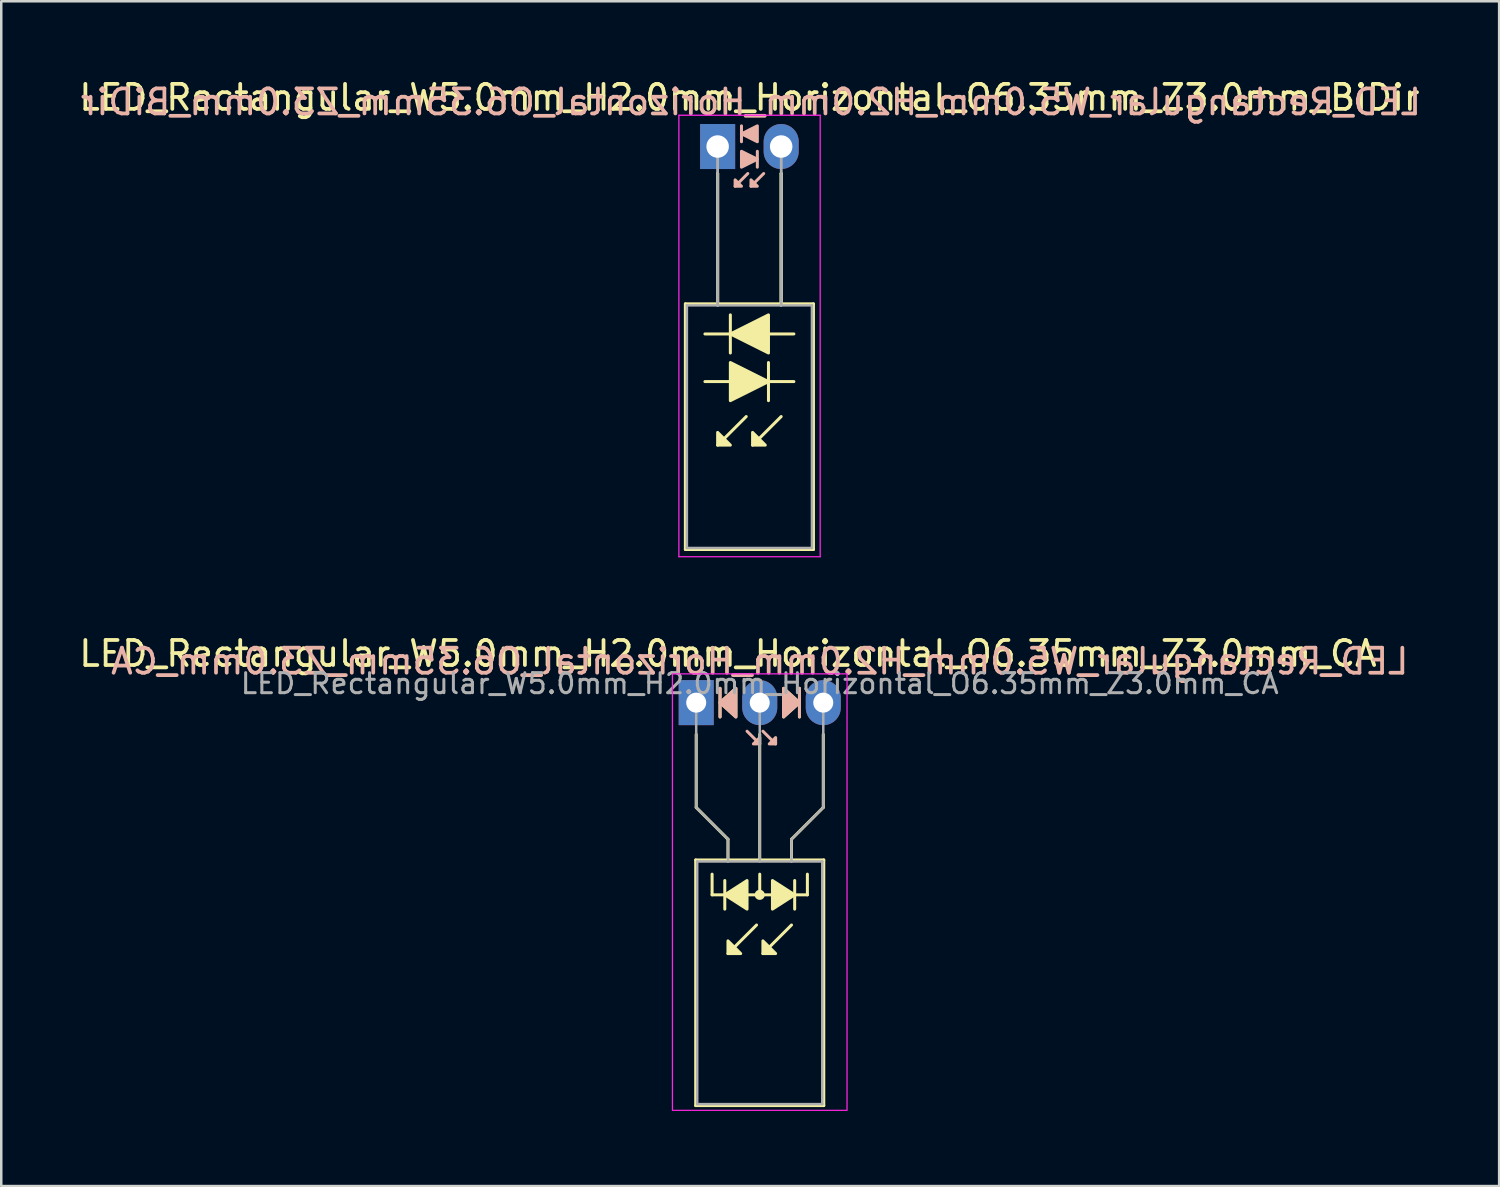
<source format=kicad_pcb>
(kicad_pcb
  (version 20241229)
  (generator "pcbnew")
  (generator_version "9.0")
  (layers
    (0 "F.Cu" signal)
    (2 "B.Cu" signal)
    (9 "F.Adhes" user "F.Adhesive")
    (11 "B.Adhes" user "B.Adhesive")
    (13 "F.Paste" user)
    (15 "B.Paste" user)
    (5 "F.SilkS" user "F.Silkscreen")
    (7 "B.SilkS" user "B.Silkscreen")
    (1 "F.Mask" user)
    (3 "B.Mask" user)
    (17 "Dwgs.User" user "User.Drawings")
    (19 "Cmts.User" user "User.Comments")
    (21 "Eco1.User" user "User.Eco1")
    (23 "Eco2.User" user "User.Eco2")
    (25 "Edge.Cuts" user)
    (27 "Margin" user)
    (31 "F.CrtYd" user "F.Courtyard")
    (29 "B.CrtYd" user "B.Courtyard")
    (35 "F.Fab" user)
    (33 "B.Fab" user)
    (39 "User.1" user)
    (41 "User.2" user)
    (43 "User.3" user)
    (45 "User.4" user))
  (footprint "LED_Rectangular_W5.0mm_H2.0mm_Horizontal_O6.35mm_Z3.0mm_CA"
    (layer "F.Cu")
    (at 24.784 25.041)
    (property "Reference" "LED_Rectangular_W5.0mm_H2.0mm_Horizontal_O6.35mm_Z3.0mm_CA" (at 1.27 -1.96 0) (layer "F.SilkS") (effects (font (size 1 1) (thickness 0.15))))
    (fp_line (start -0.02 6.29) (end -0.02 16.11) (stroke (width 0.12) (type solid)) (layer "F.SilkS"))
    (fp_line (start -0.02 16.11) (end 5.1 16.11) (stroke (width 0.12) (type solid)) (layer "F.SilkS"))
    (fp_line (start 0 1.27) (end 0 4.191) (stroke (width 0.12) (type default)) (layer "F.SilkS"))
    (fp_line (start 0 4.191) (end 1.27 5.461) (stroke (width 0.12) (type default)) (layer "F.SilkS"))
    (fp_line (start 0.635 7.684) (end 0.635 6.858) (stroke (width 0.12) (type default)) (layer "F.SilkS"))
    (fp_line (start 0.635 7.684) (end 4.445 7.684) (stroke (width 0.12) (type default)) (layer "F.SilkS"))
    (fp_line (start 0.953 -0.572) (end 0.953 0.572) (stroke (width 0.12) (type solid)) (layer "F.SilkS"))
    (fp_line (start 1.143 7.112) (end 1.143 8.255) (stroke (width 0.12) (type solid)) (layer "F.SilkS"))
    (fp_line (start 1.27 5.461) (end 1.27 6.29) (stroke (width 0.12) (type default)) (layer "F.SilkS"))
    (fp_line (start 1.27 6.29) (end 1.27 6.29) (stroke (width 0.12) (type solid)) (layer "F.SilkS"))
    (fp_line (start 2.413 8.89) (end 1.27 10.033) (stroke (width 0.12) (type solid)) (layer "F.SilkS"))
    (fp_line (start 2.54 6.29) (end 2.54 1.27) (stroke (width 0.12) (type default)) (layer "F.SilkS"))
    (fp_line (start 2.54 7.684) (end 2.54 6.858) (stroke (width 0.12) (type default)) (layer "F.SilkS"))
    (fp_line (start 3.81 5.461) (end 3.81 6.29) (stroke (width 0.12) (type default)) (layer "F.SilkS"))
    (fp_line (start 3.81 6.29) (end 3.81 6.29) (stroke (width 0.12) (type solid)) (layer "F.SilkS"))
    (fp_line (start 3.81 8.89) (end 2.667 10.033) (stroke (width 0.12) (type solid)) (layer "F.SilkS"))
    (fp_line (start 3.937 8.255) (end 3.937 7.112) (stroke (width 0.12) (type solid)) (layer "F.SilkS"))
    (fp_line (start 4.128 0.572) (end 4.128 -0.572) (stroke (width 0.12) (type solid)) (layer "F.SilkS"))
    (fp_line (start 4.445 7.684) (end 4.445 6.858) (stroke (width 0.12) (type default)) (layer "F.SilkS"))
    (fp_line (start 5.08 1.27) (end 5.08 4.191) (stroke (width 0.12) (type default)) (layer "F.SilkS"))
    (fp_line (start 5.08 4.191) (end 3.81 5.461) (stroke (width 0.12) (type default)) (layer "F.SilkS"))
    (fp_line (start 5.1 6.29) (end -0.02 6.29) (stroke (width 0.12) (type solid)) (layer "F.SilkS"))
    (fp_line (start 5.1 16.11) (end 5.1 6.29) (stroke (width 0.12) (type solid)) (layer "F.SilkS"))
    (fp_circle (center 2.54 7.684) (end 2.682 7.684) (stroke (width 0.12) (type solid)) (fill yes) (layer "F.SilkS"))
    (fp_poly (pts (xy 1.27 9.525) (xy 1.778 10.033) (xy 1.27 10.033)) (stroke (width 0.12) (type solid)) (fill yes) (layer "F.SilkS"))
    (fp_poly (pts (xy 1.587 0.572) (xy 0.953 0) (xy 1.587 -0.572)) (stroke (width 0.12) (type solid)) (fill yes) (layer "F.SilkS"))
    (fp_poly (pts (xy 2.032 8.255) (xy 1.143 7.684) (xy 2.032 7.112)) (stroke (width 0.12) (type solid)) (fill yes) (layer "F.SilkS"))
    (fp_poly (pts (xy 2.667 9.525) (xy 3.175 10.033) (xy 2.667 10.033)) (stroke (width 0.12) (type solid)) (fill yes) (layer "F.SilkS"))
    (fp_poly (pts (xy 3.048 7.112) (xy 3.937 7.684) (xy 3.048 8.255)) (stroke (width 0.12) (type solid)) (fill yes) (layer "F.SilkS"))
    (fp_poly (pts (xy 3.493 -0.572) (xy 4.128 0) (xy 3.493 0.572)) (stroke (width 0.12) (type solid)) (fill yes) (layer "F.SilkS"))
    (fp_line (start 0.953 -0.572) (end 0.953 0.572) (stroke (width 0.12) (type solid)) (layer "B.SilkS"))
    (fp_line (start 2.54 1.651) (end 2.032 1.143) (stroke (width 0.12) (type solid)) (layer "B.SilkS"))
    (fp_line (start 3.175 1.651) (end 2.667 1.143) (stroke (width 0.12) (type solid)) (layer "B.SilkS"))
    (fp_line (start 4.128 0.572) (end 4.128 -0.572) (stroke (width 0.12) (type solid)) (layer "B.SilkS"))
    (fp_poly (pts (xy 1.587 0.572) (xy 0.953 0) (xy 1.587 -0.572)) (stroke (width 0.12) (type solid)) (fill yes) (layer "B.SilkS"))
    (fp_poly (pts (xy 2.54 1.397) (xy 2.286 1.651) (xy 2.54 1.651)) (stroke (width 0.12) (type solid)) (fill yes) (layer "B.SilkS"))
    (fp_poly (pts (xy 3.175 1.397) (xy 2.921 1.651) (xy 3.175 1.651)) (stroke (width 0.12) (type solid)) (fill yes) (layer "B.SilkS"))
    (fp_poly (pts (xy 3.493 0.572) (xy 4.128 0) (xy 3.493 -0.572)) (stroke (width 0.12) (type solid)) (fill yes) (layer "B.SilkS"))
    (fp_rect (start -0.95 -1.15) (end 6.03 16.3) (stroke (width 0.05) (type default)) (fill no) (layer "F.CrtYd"))
    (fp_line (start 0 0) (end 0 0) (stroke (width 0.1) (type solid)) (layer "F.Fab"))
    (fp_line (start 0 4.191) (end 0 0) (stroke (width 0.1) (type default)) (layer "F.Fab"))
    (fp_line (start 0.04 6.35) (end 0.04 16.05) (stroke (width 0.1) (type solid)) (layer "F.Fab"))
    (fp_line (start 0.04 16.05) (end 5.04 16.05) (stroke (width 0.1) (type solid)) (layer "F.Fab"))
    (fp_line (start 1.27 5.461) (end 0 4.191) (stroke (width 0.1) (type default)) (layer "F.Fab"))
    (fp_line (start 1.27 5.461) (end 1.27 6.35) (stroke (width 0.1) (type default)) (layer "F.Fab"))
    (fp_line (start 1.27 6.35) (end 1.27 6.35) (stroke (width 0.1) (type solid)) (layer "F.Fab"))
    (fp_line (start 2.54 0) (end 2.54 0) (stroke (width 0.1) (type solid)) (layer "F.Fab"))
    (fp_line (start 2.54 0) (end 2.54 6.35) (stroke (width 0.1) (type default)) (layer "F.Fab"))
    (fp_line (start 3.81 5.461) (end 3.81 6.35) (stroke (width 0.1) (type default)) (layer "F.Fab"))
    (fp_line (start 3.81 5.461) (end 5.08 4.191) (stroke (width 0.1) (type default)) (layer "F.Fab"))
    (fp_line (start 3.81 6.35) (end 3.81 6.35) (stroke (width 0.1) (type solid)) (layer "F.Fab"))
    (fp_line (start 5.04 6.35) (end 0.04 6.35) (stroke (width 0.1) (type solid)) (layer "F.Fab"))
    (fp_line (start 5.04 16.05) (end 5.04 6.35) (stroke (width 0.1) (type solid)) (layer "F.Fab"))
    (fp_line (start 5.08 4.191) (end 5.08 0) (stroke (width 0.1) (type default)) (layer "F.Fab"))
    (fp_text user "${REFERENCE}" (at 2.54 -1.651 0) (layer "B.SilkS") (effects (font (size 1 1) (thickness 0.15)) (justify mirror)))
    (fp_text user "${REFERENCE}" (at 2.54 -0.762 0) (layer "F.Fab") (effects (font (size 0.8 0.8) (thickness 0.12))))
    (pad "1" thru_hole rect (at 0 0) (size 1.4 1.8) (drill 0.8) (layers "*.Cu" "*.Mask"))
    (pad "2" thru_hole oval (at 2.54 0) (size 1.4 1.8) (drill 0.8) (layers "*.Cu" "*.Mask"))
    (pad "3" thru_hole oval (at 5.08 0) (size 1.4 1.8) (drill 0.8) (layers "*.Cu" "*.Mask")))
  (footprint "LED_Rectangular_W5.0mm_H2.0mm_Horizontal_O6.35mm_Z3.0mm_BiDir"
    (layer "F.Cu")
    (at 25.641 2.808)
    (property "Reference" "LED_Rectangular_W5.0mm_H2.0mm_Horizontal_O6.35mm_Z3.0mm_BiDir" (at 1.27 -1.96 0) (layer "F.SilkS") (effects (font (size 1 1) (thickness 0.15))))
    (fp_line (start -1.29 6.29) (end -1.29 16.11) (stroke (width 0.12) (type solid)) (layer "F.SilkS"))
    (fp_line (start -1.29 16.11) (end 3.83 16.11) (stroke (width 0.12) (type solid)) (layer "F.SilkS"))
    (fp_line (start -0.508 9.398) (end 0.508 9.398) (stroke (width 0.12) (type solid)) (layer "F.SilkS"))
    (fp_line (start 0 1.08) (end 0 1.08) (stroke (width 0.12) (type solid)) (layer "F.SilkS"))
    (fp_line (start 0 1.08) (end 0 6.29) (stroke (width 0.12) (type solid)) (layer "F.SilkS"))
    (fp_line (start 0 6.29) (end 0 1.08) (stroke (width 0.12) (type solid)) (layer "F.SilkS"))
    (fp_line (start 0 6.29) (end 0 6.29) (stroke (width 0.12) (type solid)) (layer "F.SilkS"))
    (fp_line (start 0.508 6.731) (end 0.508 8.255) (stroke (width 0.12) (type solid)) (layer "F.SilkS"))
    (fp_line (start 0.508 7.493) (end -0.508 7.493) (stroke (width 0.12) (type solid)) (layer "F.SilkS"))
    (fp_line (start 1.143 10.795) (end 0 11.938) (stroke (width 0.12) (type solid)) (layer "F.SilkS"))
    (fp_line (start 2.032 9.398) (end 3.048 9.398) (stroke (width 0.12) (type solid)) (layer "F.SilkS"))
    (fp_line (start 2.032 10.16) (end 2.032 8.636) (stroke (width 0.12) (type solid)) (layer "F.SilkS"))
    (fp_line (start 2.54 1.08) (end 2.54 1.08) (stroke (width 0.12) (type solid)) (layer "F.SilkS"))
    (fp_line (start 2.54 1.08) (end 2.54 6.29) (stroke (width 0.12) (type solid)) (layer "F.SilkS"))
    (fp_line (start 2.54 6.29) (end 2.54 1.08) (stroke (width 0.12) (type solid)) (layer "F.SilkS"))
    (fp_line (start 2.54 6.29) (end 2.54 6.29) (stroke (width 0.12) (type solid)) (layer "F.SilkS"))
    (fp_line (start 2.54 10.795) (end 1.397 11.938) (stroke (width 0.12) (type solid)) (layer "F.SilkS"))
    (fp_line (start 3.048 7.493) (end 2.032 7.493) (stroke (width 0.12) (type solid)) (layer "F.SilkS"))
    (fp_line (start 3.83 6.29) (end -1.29 6.29) (stroke (width 0.12) (type solid)) (layer "F.SilkS"))
    (fp_line (start 3.83 16.11) (end 3.83 6.29) (stroke (width 0.12) (type solid)) (layer "F.SilkS"))
    (fp_poly (pts (xy 0 11.43) (xy 0.508 11.938) (xy 0 11.938)) (stroke (width 0.12) (type solid)) (fill yes) (layer "F.SilkS"))
    (fp_poly (pts (xy 0.508 8.636) (xy 2.032 9.398) (xy 0.508 10.16)) (stroke (width 0.12) (type solid)) (fill yes) (layer "F.SilkS"))
    (fp_poly (pts (xy 1.397 11.43) (xy 1.905 11.938) (xy 1.397 11.938)) (stroke (width 0.12) (type solid)) (fill yes) (layer "F.SilkS"))
    (fp_poly (pts (xy 2.032 8.255) (xy 0.508 7.493) (xy 2.032 6.731)) (stroke (width 0.12) (type solid)) (fill yes) (layer "F.SilkS"))
    (fp_line (start 0.953 -0.826) (end 0.953 -0.191) (stroke (width 0.12) (type solid)) (layer "B.SilkS"))
    (fp_line (start 1.206 1.079) (end 0.699 1.587) (stroke (width 0.12) (type solid)) (layer "B.SilkS"))
    (fp_line (start 1.587 0.826) (end 1.587 0.191) (stroke (width 0.12) (type solid)) (layer "B.SilkS"))
    (fp_line (start 1.841 1.079) (end 1.333 1.587) (stroke (width 0.12) (type solid)) (layer "B.SilkS"))
    (fp_poly (pts (xy 0.699 1.333) (xy 0.953 1.587) (xy 0.699 1.587)) (stroke (width 0.12) (type solid)) (fill yes) (layer "B.SilkS"))
    (fp_poly (pts (xy 0.953 0.191) (xy 1.587 0.508) (xy 0.953 0.826)) (stroke (width 0.12) (type solid)) (fill yes) (layer "B.SilkS"))
    (fp_poly (pts (xy 1.333 1.333) (xy 1.587 1.587) (xy 1.333 1.587)) (stroke (width 0.12) (type solid)) (fill yes) (layer "B.SilkS"))
    (fp_poly (pts (xy 1.587 -0.191) (xy 0.953 -0.508) (xy 1.587 -0.826)) (stroke (width 0.12) (type solid)) (fill yes) (layer "B.SilkS"))
    (fp_line (start -1.55 -1.25) (end -1.55 16.4) (stroke (width 0.05) (type solid)) (layer "F.CrtYd"))
    (fp_line (start -1.55 16.4) (end 4.1 16.4) (stroke (width 0.05) (type solid)) (layer "F.CrtYd"))
    (fp_line (start 4.1 -1.25) (end -1.55 -1.25) (stroke (width 0.05) (type solid)) (layer "F.CrtYd"))
    (fp_line (start 4.1 16.4) (end 4.1 -1.25) (stroke (width 0.05) (type solid)) (layer "F.CrtYd"))
    (fp_line (start -1.23 6.35) (end -1.23 16.05) (stroke (width 0.1) (type solid)) (layer "F.Fab"))
    (fp_line (start -1.23 16.05) (end 3.77 16.05) (stroke (width 0.1) (type solid)) (layer "F.Fab"))
    (fp_line (start 0 0) (end 0 0) (stroke (width 0.1) (type solid)) (layer "F.Fab"))
    (fp_line (start 0 0) (end 0 6.35) (stroke (width 0.1) (type solid)) (layer "F.Fab"))
    (fp_line (start 0 6.35) (end 0 0) (stroke (width 0.1) (type solid)) (layer "F.Fab"))
    (fp_line (start 0 6.35) (end 0 6.35) (stroke (width 0.1) (type solid)) (layer "F.Fab"))
    (fp_line (start 2.54 0) (end 2.54 0) (stroke (width 0.1) (type solid)) (layer "F.Fab"))
    (fp_line (start 2.54 0) (end 2.54 6.35) (stroke (width 0.1) (type solid)) (layer "F.Fab"))
    (fp_line (start 2.54 6.35) (end 2.54 0) (stroke (width 0.1) (type solid)) (layer "F.Fab"))
    (fp_line (start 2.54 6.35) (end 2.54 6.35) (stroke (width 0.1) (type solid)) (layer "F.Fab"))
    (fp_line (start 3.77 6.35) (end -1.23 6.35) (stroke (width 0.1) (type solid)) (layer "F.Fab"))
    (fp_line (start 3.77 16.05) (end 3.77 6.35) (stroke (width 0.1) (type solid)) (layer "F.Fab"))
    (fp_text user "${REFERENCE}" (at 1.333 -1.778 0) (layer "B.SilkS") (effects (font (size 1 1) (thickness 0.15)) (justify mirror)))
    (pad "1" thru_hole rect (at 0 0) (size 1.4 1.8) (drill 0.9) (layers "*.Cu" "*.Mask"))
    (pad "2" thru_hole oval (at 2.54 0) (size 1.4 1.8) (drill 0.9) (layers "*.Cu" "*.Mask")))
  (gr_rect
    (start -3 -3)
    (end 56.885 44.367)
    (stroke (width 0.1) (type default))
    (fill no)
    (layer "Edge.Cuts")))
</source>
